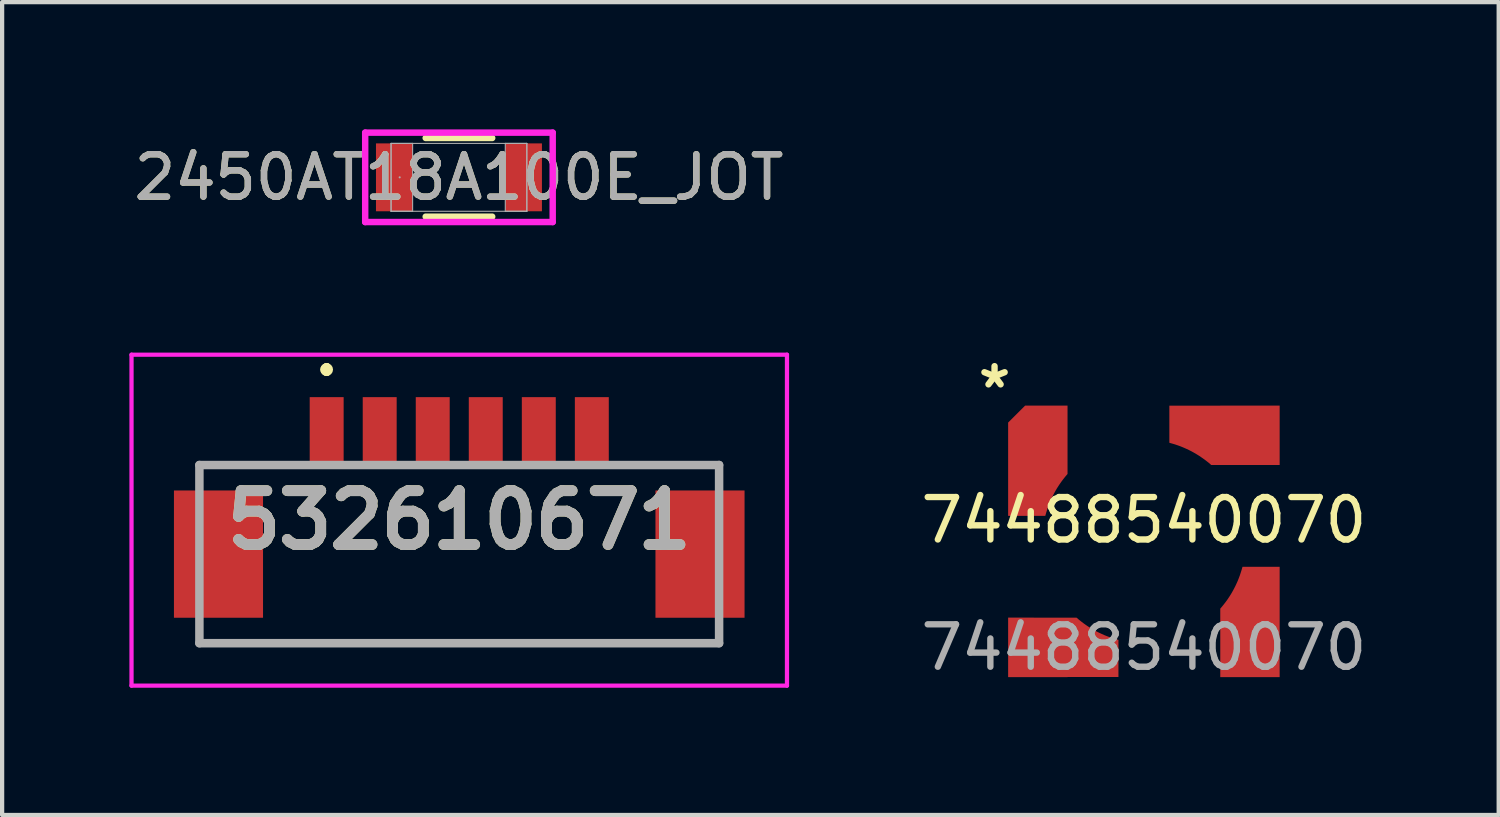
<source format=kicad_pcb>
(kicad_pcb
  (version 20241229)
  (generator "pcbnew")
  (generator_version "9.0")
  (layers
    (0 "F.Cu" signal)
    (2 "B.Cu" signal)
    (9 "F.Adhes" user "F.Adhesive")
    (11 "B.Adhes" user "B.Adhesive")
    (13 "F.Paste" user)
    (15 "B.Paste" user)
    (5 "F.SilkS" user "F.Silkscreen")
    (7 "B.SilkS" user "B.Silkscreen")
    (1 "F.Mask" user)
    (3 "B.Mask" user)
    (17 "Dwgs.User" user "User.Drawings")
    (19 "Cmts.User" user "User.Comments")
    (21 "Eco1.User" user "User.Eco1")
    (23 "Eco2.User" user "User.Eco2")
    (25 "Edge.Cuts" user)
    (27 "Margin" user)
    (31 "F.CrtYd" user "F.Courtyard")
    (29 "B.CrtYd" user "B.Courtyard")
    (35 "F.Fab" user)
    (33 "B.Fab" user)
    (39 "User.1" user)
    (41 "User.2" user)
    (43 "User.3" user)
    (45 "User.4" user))
  (footprint "2450AT18A100E_JOT"
    (layer "F.Cu")
    (at 7.768 1.13)
    (property "Reference" "2450AT18A100E_JOT" (at 0 0 0) (unlocked yes) (layer "F.SilkS") (effects (font (size 1 1) (thickness 0.15))))
    (attr smd)
    (fp_line (start -0.784 0.927) (end 0.784 0.927) (stroke (width 0.152) (type solid)) (layer "F.SilkS"))
    (fp_line (start 0.784 -0.927) (end -0.784 -0.927) (stroke (width 0.152) (type solid)) (layer "F.SilkS"))
    (fp_line (start -2.21 -1.054) (end 2.21 -1.054) (stroke (width 0.152) (type solid)) (layer "F.CrtYd"))
    (fp_line (start -2.21 1.054) (end -2.21 -1.054) (stroke (width 0.152) (type solid)) (layer "F.CrtYd"))
    (fp_line (start 2.21 -1.054) (end 2.21 1.054) (stroke (width 0.152) (type solid)) (layer "F.CrtYd"))
    (fp_line (start 2.21 1.054) (end -2.21 1.054) (stroke (width 0.152) (type solid)) (layer "F.CrtYd"))
    (fp_line (start -1.6 -0.8) (end -1.6 0.8) (stroke (width 0.025) (type solid)) (layer "F.Fab"))
    (fp_line (start -1.6 -0.8) (end -1.6 0.8) (stroke (width 0.025) (type solid)) (layer "F.Fab"))
    (fp_line (start -1.6 0.8) (end -1.092 0.8) (stroke (width 0.025) (type solid)) (layer "F.Fab"))
    (fp_line (start -1.6 0.8) (end 1.6 0.8) (stroke (width 0.025) (type solid)) (layer "F.Fab"))
    (fp_line (start -1.092 -0.8) (end -1.6 -0.8) (stroke (width 0.025) (type solid)) (layer "F.Fab"))
    (fp_line (start -1.092 0.8) (end -1.092 -0.8) (stroke (width 0.025) (type solid)) (layer "F.Fab"))
    (fp_line (start 1.092 -0.8) (end 1.092 0.8) (stroke (width 0.025) (type solid)) (layer "F.Fab"))
    (fp_line (start 1.092 0.8) (end 1.6 0.8) (stroke (width 0.025) (type solid)) (layer "F.Fab"))
    (fp_line (start 1.6 -0.8) (end -1.6 -0.8) (stroke (width 0.025) (type solid)) (layer "F.Fab"))
    (fp_line (start 1.6 -0.8) (end 1.092 -0.8) (stroke (width 0.025) (type solid)) (layer "F.Fab"))
    (fp_line (start 1.6 0.8) (end 1.6 -0.8) (stroke (width 0.025) (type solid)) (layer "F.Fab"))
    (fp_line (start 1.6 0.8) (end 1.6 -0.8) (stroke (width 0.025) (type solid)) (layer "F.Fab"))
    (fp_circle (center -1.397 0) (end -1.397 0) (stroke (width 0.025) (type solid)) (fill no) (layer "F.Fab"))
    (fp_text user "${REFERENCE}" (at 0 0 0) (unlocked yes) (layer "F.Fab") (effects (font (size 1 1) (thickness 0.15))))
    (pad "1" smd rect (at -1.524 0) (size 0.864 1.6) (layers "F.Cu" "F.Mask" "F.Paste"))
    (pad "2" smd rect (at 1.524 0) (size 0.864 1.6) (layers "F.Cu" "F.Mask" "F.Paste"))
    (zone (net_name "") (layer "F.Cu") (hatch full 0.508) (connect_pads) (min_thickness 0.254) (filled_areas_thickness no) (keepout (tracks not_allowed) (vias not_allowed) (pads allowed) (copperpour not_allowed) (footprints allowed)) (placement (enabled no)) (fill) (polygon (pts (xy 6.727 0.381) (xy 8.809 0.381) (xy 8.809 1.88) (xy 6.727 1.88)))))
  (footprint "74488540070"
    (layer "F.Cu")
    (at 23.913 9.711)
    (property "Reference" "74488540070" (at 0 -0.5 0) (unlocked yes) (layer "F.SilkS") (effects (font (size 1 1) (thickness 0.15))))
    (attr smd)
    (fp_text user "*" (at -4 -3 0) (unlocked yes) (layer "F.SilkS") (effects (font (size 1 1) (thickness 0.15)) (justify left bottom)))
    (fp_text user "${REFERENCE}" (at 0 2.5 0) (unlocked yes) (layer "F.Fab") (effects (font (size 1 1) (thickness 0.15))))
    (pad "1" smd custom (at -2.5 -2.5) (size 1.4 1.4) (layers "F.Cu" "F.Mask" "F.Paste") (options (anchor circle)) (primitives (gr_poly (pts (xy -0.7 -0.3) (xy -0.3 -0.7) (xy 0.7 -0.7) (xy 0.7 0.7) (xy -0.7 0.7)) (width 0) (fill yes)) (gr_poly (pts (xy 0.7 0.911) (xy 0.654 0.965) (xy 0.61 1.02) (xy 0.567 1.076) (xy 0.526 1.134) (xy 0.487 1.192) (xy 0.449 1.252) (xy 0.414 1.312) (xy 0.38 1.374) (xy 0.348 1.437) (xy 0.318 1.5) (xy 0.289 1.565) (xy 0.263 1.63) (xy 0.238 1.696) (xy 0.216 1.763) (xy 0.195 1.83) (xy 0.176 1.899) (xy -0.7 1.898) (xy -0.7 -0.301) (xy -0.3 -0.7) (xy 0.7 -0.7)) (width 0) (fill yes))))
    (pad "2" smd custom (at 2.5 -2.5 90) (size 1.4 1.4) (layers "F.Cu" "F.Mask" "F.Paste") (options (anchor rect)) (primitives (gr_poly (pts (xy -0.7 0.7) (xy -0.7 -0.913) (xy -0.653 -0.966) (xy -0.609 -1.021) (xy -0.566 -1.078) (xy -0.526 -1.135) (xy -0.486 -1.193) (xy -0.449 -1.253) (xy -0.413 -1.314) (xy -0.379 -1.375) (xy -0.347 -1.438) (xy -0.317 -1.502) (xy -0.289 -1.566) (xy -0.262 -1.631) (xy -0.238 -1.697) (xy -0.215 -1.764) (xy -0.195 -1.832) (xy -0.176 -1.9) (xy 0.699 -1.9) (xy 0.699 0.7)) (width 0) (fill yes))))
    (pad "3" smd custom (at 2.5 2.5 90) (size 1.4 1.4) (layers "F.Cu" "F.Mask" "F.Paste") (options (anchor rect)) (primitives (gr_poly (pts (xy -0.697 0.7) (xy -0.697 -0.7) (xy 0.914 -0.7) (xy 0.968 -0.654) (xy 1.023 -0.61) (xy 1.079 -0.567) (xy 1.136 -0.526) (xy 1.195 -0.487) (xy 1.254 -0.449) (xy 1.315 -0.414) (xy 1.377 -0.38) (xy 1.439 -0.348) (xy 1.503 -0.318) (xy 1.567 -0.289) (xy 1.633 -0.263) (xy 1.699 -0.238) (xy 1.766 -0.216) (xy 1.833 -0.195) (xy 1.901 -0.176) (xy 1.901 0.7)) (width 0) (fill yes))))
    (pad "4" smd custom (at -2.5 2.5 90) (size 1.4 1.4) (layers "F.Cu" "F.Mask" "F.Paste") (options (anchor rect)) (primitives (gr_poly (pts (xy 0.702 0.913) (xy 0.656 0.966) (xy 0.612 1.021) (xy 0.569 1.078) (xy 0.528 1.135) (xy 0.489 1.193) (xy 0.452 1.253) (xy 0.416 1.314) (xy 0.382 1.375) (xy 0.35 1.438) (xy 0.32 1.502) (xy 0.291 1.566) (xy 0.265 1.631) (xy 0.241 1.697) (xy 0.218 1.764) (xy 0.197 1.832) (xy 0.179 1.9) (xy -0.697 1.9) (xy -0.697 -0.7) (xy 0.703 -0.7)) (width 0) (fill yes)))))
  (footprint "532610671"
    (layer "F.Cu")
    (at 7.775 10.011)
    (property "Reference" "532610671" (at 0 -0.8 0) (layer "F.SilkS") (effects (font (size 1.27 1.27) (thickness 0.254))))
    (attr smd)
    (fp_line (start -6.125 -2.1) (end -6.125 -2.1) (stroke (width 0.1) (type solid)) (layer "F.SilkS"))
    (fp_line (start -6.125 -2.1) (end -4.25 -2.1) (stroke (width 0.1) (type solid)) (layer "F.SilkS"))
    (fp_line (start -6.125 2.1) (end -6.125 2.1) (stroke (width 0.1) (type solid)) (layer "F.SilkS"))
    (fp_line (start -6.125 2.1) (end 6.125 2.1) (stroke (width 0.1) (type solid)) (layer "F.SilkS"))
    (fp_line (start -4.25 -2.1) (end -6.125 -2.1) (stroke (width 0.1) (type solid)) (layer "F.SilkS"))
    (fp_line (start -4.25 -2.1) (end -4.25 -2.1) (stroke (width 0.1) (type solid)) (layer "F.SilkS"))
    (fp_line (start -3.125 -4.4) (end -3.125 -4.4) (stroke (width 0.2) (type solid)) (layer "F.SilkS"))
    (fp_line (start -3.125 -4.4) (end -3.125 -4.4) (stroke (width 0.2) (type solid)) (layer "F.SilkS"))
    (fp_line (start -3.125 -4.3) (end -3.125 -4.3) (stroke (width 0.2) (type solid)) (layer "F.SilkS"))
    (fp_line (start 4.25 -2.1) (end 4.25 -2.1) (stroke (width 0.1) (type solid)) (layer "F.SilkS"))
    (fp_line (start 4.25 -2.1) (end 6.125 -2.1) (stroke (width 0.1) (type solid)) (layer "F.SilkS"))
    (fp_line (start 6.125 -2.1) (end 4.25 -2.1) (stroke (width 0.1) (type solid)) (layer "F.SilkS"))
    (fp_line (start 6.125 -2.1) (end 6.125 -2.1) (stroke (width 0.1) (type solid)) (layer "F.SilkS"))
    (fp_line (start 6.125 2.1) (end -6.125 2.1) (stroke (width 0.1) (type solid)) (layer "F.SilkS"))
    (fp_line (start 6.125 2.1) (end 6.125 2.1) (stroke (width 0.1) (type solid)) (layer "F.SilkS"))
    (fp_arc (start -3.125 -4.4) (mid -3.075 -4.35) (end -3.125 -4.3) (stroke (width 0.2) (type solid)) (layer "F.SilkS"))
    (fp_arc (start -3.125 -4.3) (mid -3.175 -4.35) (end -3.125 -4.4) (stroke (width 0.2) (type solid)) (layer "F.SilkS"))
    (fp_arc (start -3.125 -4.3) (mid -3.175 -4.35) (end -3.125 -4.4) (stroke (width 0.2) (type solid)) (layer "F.SilkS"))
    (fp_line (start -7.725 -4.7) (end 7.725 -4.7) (stroke (width 0.1) (type solid)) (layer "F.CrtYd"))
    (fp_line (start -7.725 3.1) (end -7.725 -4.7) (stroke (width 0.1) (type solid)) (layer "F.CrtYd"))
    (fp_line (start 7.725 -4.7) (end 7.725 3.1) (stroke (width 0.1) (type solid)) (layer "F.CrtYd"))
    (fp_line (start 7.725 3.1) (end -7.725 3.1) (stroke (width 0.1) (type solid)) (layer "F.CrtYd"))
    (fp_line (start -6.125 -2.1) (end -6.125 2.1) (stroke (width 0.2) (type solid)) (layer "F.Fab"))
    (fp_line (start -6.125 2.1) (end 6.125 2.1) (stroke (width 0.2) (type solid)) (layer "F.Fab"))
    (fp_line (start 6.125 -2.1) (end -6.125 -2.1) (stroke (width 0.2) (type solid)) (layer "F.Fab"))
    (fp_line (start 6.125 2.1) (end 6.125 -2.1) (stroke (width 0.2) (type solid)) (layer "F.Fab"))
    (fp_text user "${REFERENCE}" (at 0 -0.8 0) (layer "F.Fab") (effects (font (size 1.27 1.27) (thickness 0.254))))
    (pad "1" smd rect (at -3.125 -2.9) (size 0.8 1.6) (layers "F.Cu" "F.Mask" "F.Paste"))
    (pad "2" smd rect (at -1.875 -2.9) (size 0.8 1.6) (layers "F.Cu" "F.Mask" "F.Paste"))
    (pad "3" smd rect (at -0.625 -2.9) (size 0.8 1.6) (layers "F.Cu" "F.Mask" "F.Paste"))
    (pad "4" smd rect (at 0.625 -2.9) (size 0.8 1.6) (layers "F.Cu" "F.Mask" "F.Paste"))
    (pad "5" smd rect (at 1.875 -2.9) (size 0.8 1.6) (layers "F.Cu" "F.Mask" "F.Paste"))
    (pad "6" smd rect (at 3.125 -2.9) (size 0.8 1.6) (layers "F.Cu" "F.Mask" "F.Paste"))
    (pad "MP1" smd rect (at -5.675 0) (size 2.1 3) (layers "F.Cu" "F.Mask" "F.Paste"))
    (pad "MP2" smd rect (at 5.675 0) (size 2.1 3) (layers "F.Cu" "F.Mask" "F.Paste")))
  (gr_rect
    (start -3 -3)
    (end 32.276 16.161)
    (stroke (width 0.1) (type default))
    (fill no)
    (layer "Edge.Cuts")))
</source>
